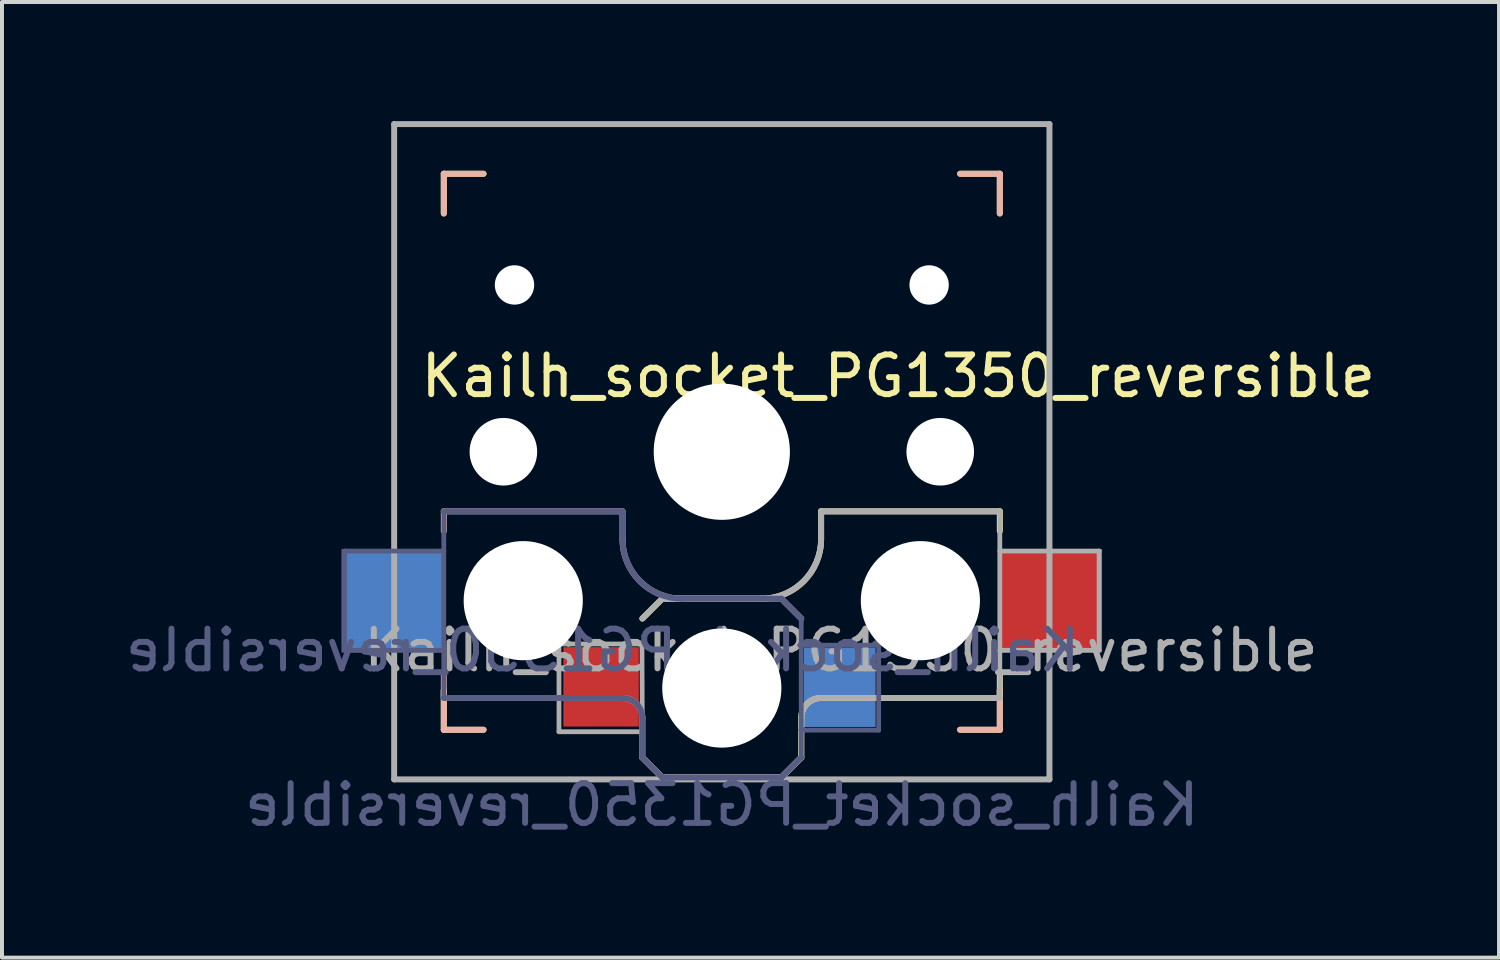
<source format=kicad_pcb>
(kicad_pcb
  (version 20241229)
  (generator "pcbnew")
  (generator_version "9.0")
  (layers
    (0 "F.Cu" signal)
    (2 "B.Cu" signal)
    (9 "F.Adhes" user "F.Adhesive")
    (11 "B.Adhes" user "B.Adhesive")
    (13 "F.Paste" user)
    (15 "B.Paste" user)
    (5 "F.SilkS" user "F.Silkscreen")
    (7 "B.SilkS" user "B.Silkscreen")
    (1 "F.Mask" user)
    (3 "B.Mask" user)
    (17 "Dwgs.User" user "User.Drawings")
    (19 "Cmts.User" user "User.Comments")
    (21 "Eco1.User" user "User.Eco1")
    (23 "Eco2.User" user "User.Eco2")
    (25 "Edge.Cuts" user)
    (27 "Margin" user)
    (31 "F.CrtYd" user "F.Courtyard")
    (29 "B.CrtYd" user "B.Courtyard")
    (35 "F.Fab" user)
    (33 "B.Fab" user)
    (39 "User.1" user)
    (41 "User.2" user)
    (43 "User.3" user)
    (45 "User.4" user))
  (footprint "Kailh_socket_PG1350_reversible"
    (layer "F.Cu")
    (at 15.125 8.325)
    (property "Reference" "Kailh_socket_PG1350_reversible" (at 4.445 -1.905 0) (layer "F.SilkS") (effects (font (size 1 1) (thickness 0.15))))
    (property "Value" "Kailh_socket_PG1350_reversible" (at 0 8.89 0) (layer "F.Fab") (hide yes) (effects (font (size 1 1) (thickness 0.15))))
    (attr smd)
    (fp_line (start -7 -7) (end -6 -7) (stroke (width 0.15) (type solid)) (layer "F.SilkS"))
    (fp_line (start -7 -6) (end -7 -7) (stroke (width 0.15) (type solid)) (layer "F.SilkS"))
    (fp_line (start -7 7) (end -7 6) (stroke (width 0.15) (type solid)) (layer "F.SilkS"))
    (fp_line (start -6 7) (end -7 7) (stroke (width 0.15) (type solid)) (layer "F.SilkS"))
    (fp_line (start -2 4.2) (end -1.5 3.7) (stroke (width 0.15) (type solid)) (layer "F.SilkS"))
    (fp_line (start -2 7.7) (end -1.5 8.2) (stroke (width 0.15) (type solid)) (layer "F.SilkS"))
    (fp_line (start -1.5 3.7) (end 1 3.7) (stroke (width 0.15) (type solid)) (layer "F.SilkS"))
    (fp_line (start -1.5 8.2) (end 1.5 8.2) (stroke (width 0.15) (type solid)) (layer "F.SilkS"))
    (fp_line (start 1.5 8.2) (end 2 7.7) (stroke (width 0.15) (type solid)) (layer "F.SilkS"))
    (fp_line (start 2 6.7) (end 2 7.7) (stroke (width 0.15) (type solid)) (layer "F.SilkS"))
    (fp_line (start 2.5 1.5) (end 7 1.5) (stroke (width 0.15) (type solid)) (layer "F.SilkS"))
    (fp_line (start 2.5 2.2) (end 2.5 1.5) (stroke (width 0.15) (type solid)) (layer "F.SilkS"))
    (fp_line (start 6 -7) (end 7 -7) (stroke (width 0.15) (type solid)) (layer "F.SilkS"))
    (fp_line (start 7 -7) (end 7 -6) (stroke (width 0.15) (type solid)) (layer "F.SilkS"))
    (fp_line (start 7 1.5) (end 7 2) (stroke (width 0.15) (type solid)) (layer "F.SilkS"))
    (fp_line (start 7 5.6) (end 7 6.2) (stroke (width 0.15) (type solid)) (layer "F.SilkS"))
    (fp_line (start 7 6) (end 7 7) (stroke (width 0.15) (type solid)) (layer "F.SilkS"))
    (fp_line (start 7 6.2) (end 2.5 6.2) (stroke (width 0.15) (type solid)) (layer "F.SilkS"))
    (fp_line (start 7 7) (end 6 7) (stroke (width 0.15) (type solid)) (layer "F.SilkS"))
    (fp_arc (start 2 6.7) (mid 2.146447 6.346447) (end 2.5 6.2) (stroke (width 0.15) (type solid)) (layer "F.SilkS"))
    (fp_arc (start 2.5 2.2) (mid 2.06066 3.26066) (end 1 3.7) (stroke (width 0.15) (type solid)) (layer "F.SilkS"))
    (fp_line (start -7 -7) (end -6 -7) (stroke (width 0.15) (type solid)) (layer "B.SilkS"))
    (fp_line (start -7 -6) (end -7 -7) (stroke (width 0.15) (type solid)) (layer "B.SilkS"))
    (fp_line (start -7 1.5) (end -7 2) (stroke (width 0.15) (type solid)) (layer "B.SilkS"))
    (fp_line (start -7 5.6) (end -7 6.2) (stroke (width 0.15) (type solid)) (layer "B.SilkS"))
    (fp_line (start -7 6.2) (end -2.5 6.2) (stroke (width 0.15) (type solid)) (layer "B.SilkS"))
    (fp_line (start -7 7) (end -7 6) (stroke (width 0.15) (type solid)) (layer "B.SilkS"))
    (fp_line (start -6 7) (end -7 7) (stroke (width 0.15) (type solid)) (layer "B.SilkS"))
    (fp_line (start -2.5 1.5) (end -7 1.5) (stroke (width 0.15) (type solid)) (layer "B.SilkS"))
    (fp_line (start -2.5 2.2) (end -2.5 1.5) (stroke (width 0.15) (type solid)) (layer "B.SilkS"))
    (fp_line (start -2 6.7) (end -2 7.7) (stroke (width 0.15) (type solid)) (layer "B.SilkS"))
    (fp_line (start -1.5 8.2) (end -2 7.7) (stroke (width 0.15) (type solid)) (layer "B.SilkS"))
    (fp_line (start 1.5 3.7) (end -1 3.7) (stroke (width 0.15) (type solid)) (layer "B.SilkS"))
    (fp_line (start 1.5 8.2) (end -1.5 8.2) (stroke (width 0.15) (type solid)) (layer "B.SilkS"))
    (fp_line (start 2 4.2) (end 1.5 3.7) (stroke (width 0.15) (type solid)) (layer "B.SilkS"))
    (fp_line (start 2 7.7) (end 1.5 8.2) (stroke (width 0.15) (type solid)) (layer "B.SilkS"))
    (fp_line (start 6 -7) (end 7 -7) (stroke (width 0.15) (type solid)) (layer "B.SilkS"))
    (fp_line (start 7 -7) (end 7 -6) (stroke (width 0.15) (type solid)) (layer "B.SilkS"))
    (fp_line (start 7 6) (end 7 7) (stroke (width 0.15) (type solid)) (layer "B.SilkS"))
    (fp_line (start 7 7) (end 6 7) (stroke (width 0.15) (type solid)) (layer "B.SilkS"))
    (fp_arc (start -2.5 6.2) (mid -2.146447 6.346447) (end -2 6.7) (stroke (width 0.15) (type solid)) (layer "B.SilkS"))
    (fp_arc (start -1 3.7) (mid -2.06066 3.26066) (end -2.5 2.2) (stroke (width 0.15) (type solid)) (layer "B.SilkS"))
    (fp_line (start -6.9 6.9) (end -6.9 -6.9) (stroke (width 0.15) (type solid)) (layer "Eco2.User"))
    (fp_line (start -6.9 6.9) (end 6.9 6.9) (stroke (width 0.15) (type solid)) (layer "Eco2.User"))
    (fp_line (start -2.6 -3.1) (end -2.6 -6.3) (stroke (width 0.15) (type solid)) (layer "Eco2.User"))
    (fp_line (start -2.6 -3.1) (end 2.6 -3.1) (stroke (width 0.15) (type solid)) (layer "Eco2.User"))
    (fp_line (start 2.6 -6.3) (end -2.6 -6.3) (stroke (width 0.15) (type solid)) (layer "Eco2.User"))
    (fp_line (start 2.6 -3.1) (end 2.6 -6.3) (stroke (width 0.15) (type solid)) (layer "Eco2.User"))
    (fp_line (start 6.9 -6.9) (end -6.9 -6.9) (stroke (width 0.15) (type solid)) (layer "Eco2.User"))
    (fp_line (start 6.9 -6.9) (end 6.9 6.9) (stroke (width 0.15) (type solid)) (layer "Eco2.User"))
    (fp_line (start -9.5 2.5) (end -7 2.5) (stroke (width 0.12) (type solid)) (layer "B.Fab"))
    (fp_line (start -9.5 5) (end -9.5 2.5) (stroke (width 0.12) (type solid)) (layer "B.Fab"))
    (fp_line (start -7 1.5) (end -7 6.2) (stroke (width 0.12) (type solid)) (layer "B.Fab"))
    (fp_line (start -7 5) (end -9.5 5) (stroke (width 0.12) (type solid)) (layer "B.Fab"))
    (fp_line (start -7 6.2) (end -2.5 6.2) (stroke (width 0.15) (type solid)) (layer "B.Fab"))
    (fp_line (start -2.5 1.5) (end -7 1.5) (stroke (width 0.15) (type solid)) (layer "B.Fab"))
    (fp_line (start -2.5 2.2) (end -2.5 1.5) (stroke (width 0.15) (type solid)) (layer "B.Fab"))
    (fp_line (start -2 6.7) (end -2 7.7) (stroke (width 0.15) (type solid)) (layer "B.Fab"))
    (fp_line (start -1.5 8.2) (end -2 7.7) (stroke (width 0.15) (type solid)) (layer "B.Fab"))
    (fp_line (start 1.5 3.7) (end -1 3.7) (stroke (width 0.15) (type solid)) (layer "B.Fab"))
    (fp_line (start 1.5 8.2) (end -1.5 8.2) (stroke (width 0.15) (type solid)) (layer "B.Fab"))
    (fp_line (start 1.96 4.87) (end 3.95 4.87) (stroke (width 0.12) (type solid)) (layer "B.Fab"))
    (fp_line (start 2 4.2) (end 1.5 3.7) (stroke (width 0.15) (type solid)) (layer "B.Fab"))
    (fp_line (start 2 4.25) (end 2 7.7) (stroke (width 0.12) (type solid)) (layer "B.Fab"))
    (fp_line (start 2 7.7) (end 1.5 8.2) (stroke (width 0.15) (type solid)) (layer "B.Fab"))
    (fp_line (start 3.95 4.87) (end 3.95 7.01) (stroke (width 0.12) (type solid)) (layer "B.Fab"))
    (fp_line (start 3.95 7.01) (end 1.99 7.01) (stroke (width 0.12) (type solid)) (layer "B.Fab"))
    (fp_arc (start -2.5 6.2) (mid -2.146447 6.346447) (end -2 6.7) (stroke (width 0.15) (type solid)) (layer "B.Fab"))
    (fp_arc (start -1 3.7) (mid -2.06066 3.26066) (end -2.5 2.2) (stroke (width 0.15) (type solid)) (layer "B.Fab"))
    (fp_line (start -8.25 -8.25) (end 8.25 -8.25) (stroke (width 0.15) (type solid)) (layer "F.Fab"))
    (fp_line (start -8.25 8.25) (end -8.25 -8.25) (stroke (width 0.15) (type solid)) (layer "F.Fab"))
    (fp_line (start -4.1 4.84) (end -4.1 7.05) (stroke (width 0.12) (type solid)) (layer "F.Fab"))
    (fp_line (start -4.1 7.05) (end -2.01 7.05) (stroke (width 0.12) (type solid)) (layer "F.Fab"))
    (fp_line (start -2.01 4.84) (end -4.51 4.84) (stroke (width 0.12) (type solid)) (layer "F.Fab"))
    (fp_line (start -2.01 4.84) (end -2 7.7) (stroke (width 0.12) (type solid)) (layer "F.Fab"))
    (fp_line (start -2 4.2) (end -1.5 3.7) (stroke (width 0.15) (type solid)) (layer "F.Fab"))
    (fp_line (start -2 7.7) (end -1.5 8.2) (stroke (width 0.15) (type solid)) (layer "F.Fab"))
    (fp_line (start -1.5 3.7) (end 1 3.7) (stroke (width 0.15) (type solid)) (layer "F.Fab"))
    (fp_line (start -1.5 8.2) (end 1.5 8.2) (stroke (width 0.15) (type solid)) (layer "F.Fab"))
    (fp_line (start 1.5 8.2) (end 2 7.7) (stroke (width 0.15) (type solid)) (layer "F.Fab"))
    (fp_line (start 2 6.7) (end 2 7.7) (stroke (width 0.15) (type solid)) (layer "F.Fab"))
    (fp_line (start 2.5 1.5) (end 7 1.5) (stroke (width 0.15) (type solid)) (layer "F.Fab"))
    (fp_line (start 2.5 2.2) (end 2.5 1.5) (stroke (width 0.15) (type solid)) (layer "F.Fab"))
    (fp_line (start 7 1.5) (end 7 6.2) (stroke (width 0.12) (type solid)) (layer "F.Fab"))
    (fp_line (start 7 5) (end 9.5 5) (stroke (width 0.12) (type solid)) (layer "F.Fab"))
    (fp_line (start 7 6.2) (end 2.5 6.2) (stroke (width 0.15) (type solid)) (layer "F.Fab"))
    (fp_line (start 8.25 -8.25) (end 8.25 8.25) (stroke (width 0.15) (type solid)) (layer "F.Fab"))
    (fp_line (start 8.25 8.25) (end -8.25 8.25) (stroke (width 0.15) (type solid)) (layer "F.Fab"))
    (fp_line (start 9.5 2.5) (end 7 2.5) (stroke (width 0.12) (type solid)) (layer "F.Fab"))
    (fp_line (start 9.5 5) (end 9.5 2.5) (stroke (width 0.12) (type solid)) (layer "F.Fab"))
    (fp_arc (start 2 6.7) (mid 2.146447 6.346447) (end 2.5 6.2) (stroke (width 0.15) (type solid)) (layer "F.Fab"))
    (fp_arc (start 2.5 2.2) (mid 2.06066 3.26066) (end 1 3.7) (stroke (width 0.15) (type solid)) (layer "F.Fab"))
    (fp_text user "${REFERENCE}" (at -3 5 0) (layer "B.Fab") (effects (font (size 1 1) (thickness 0.15)) (justify mirror)))
    (fp_text user "${VALUE}" (at 0 8.89 0) (layer "B.Fab") (effects (font (size 1 1) (thickness 0.15)) (justify mirror)))
    (fp_text user "${REFERENCE}" (at 3 5 180) (layer "F.Fab") (effects (font (size 1 1) (thickness 0.15))))
    (pad "" np_thru_hole circle (at -5.5 0) (size 1.702 1.702) (drill 1.702) (layers "*.Cu" "*.Mask"))
    (pad "" np_thru_hole circle (at -5.22 -4.2) (size 0.991 0.991) (drill 0.991) (layers "*.Cu" "*.Mask"))
    (pad "" np_thru_hole circle (at -5 3.75) (size 3 3) (drill 3) (layers "*.Cu" "*.Mask"))
    (pad "" np_thru_hole circle (at 0 0) (size 3.429 3.429) (drill 3.429) (layers "*.Cu" "*.Mask"))
    (pad "" np_thru_hole circle (at 0 5.95) (size 3 3) (drill 3) (layers "*.Cu" "*.Mask"))
    (pad "" np_thru_hole circle (at 5 3.75) (size 3 3) (drill 3) (layers "*.Cu" "*.Mask"))
    (pad "" np_thru_hole circle (at 5.22 -4.2) (size 0.991 0.991) (drill 0.991) (layers "*.Cu" "*.Mask"))
    (pad "" np_thru_hole circle (at 5.5 0) (size 1.702 1.702) (drill 1.702) (layers "*.Cu" "*.Mask"))
    (pad "1" smd rect (at -3.04 5.92) (size 1.9 2) (layers "F.Cu" "F.Mask" "F.Paste"))
    (pad "1" smd rect (at 2.97 5.93) (size 1.805 2) (layers "B.Cu" "B.Mask" "B.Paste"))
    (pad "2" smd rect (at -8.275 3.75) (size 2.6 2.6) (layers "B.Cu" "B.Mask" "B.Paste"))
    (pad "2" smd rect (at 8.275 3.75) (size 2.6 2.6) (layers "F.Cu" "F.Mask" "F.Paste")))
  (gr_rect
    (start -3 -3)
    (end 34.695 21.063)
    (stroke (width 0.1) (type default))
    (fill no)
    (layer "Edge.Cuts")))
</source>
